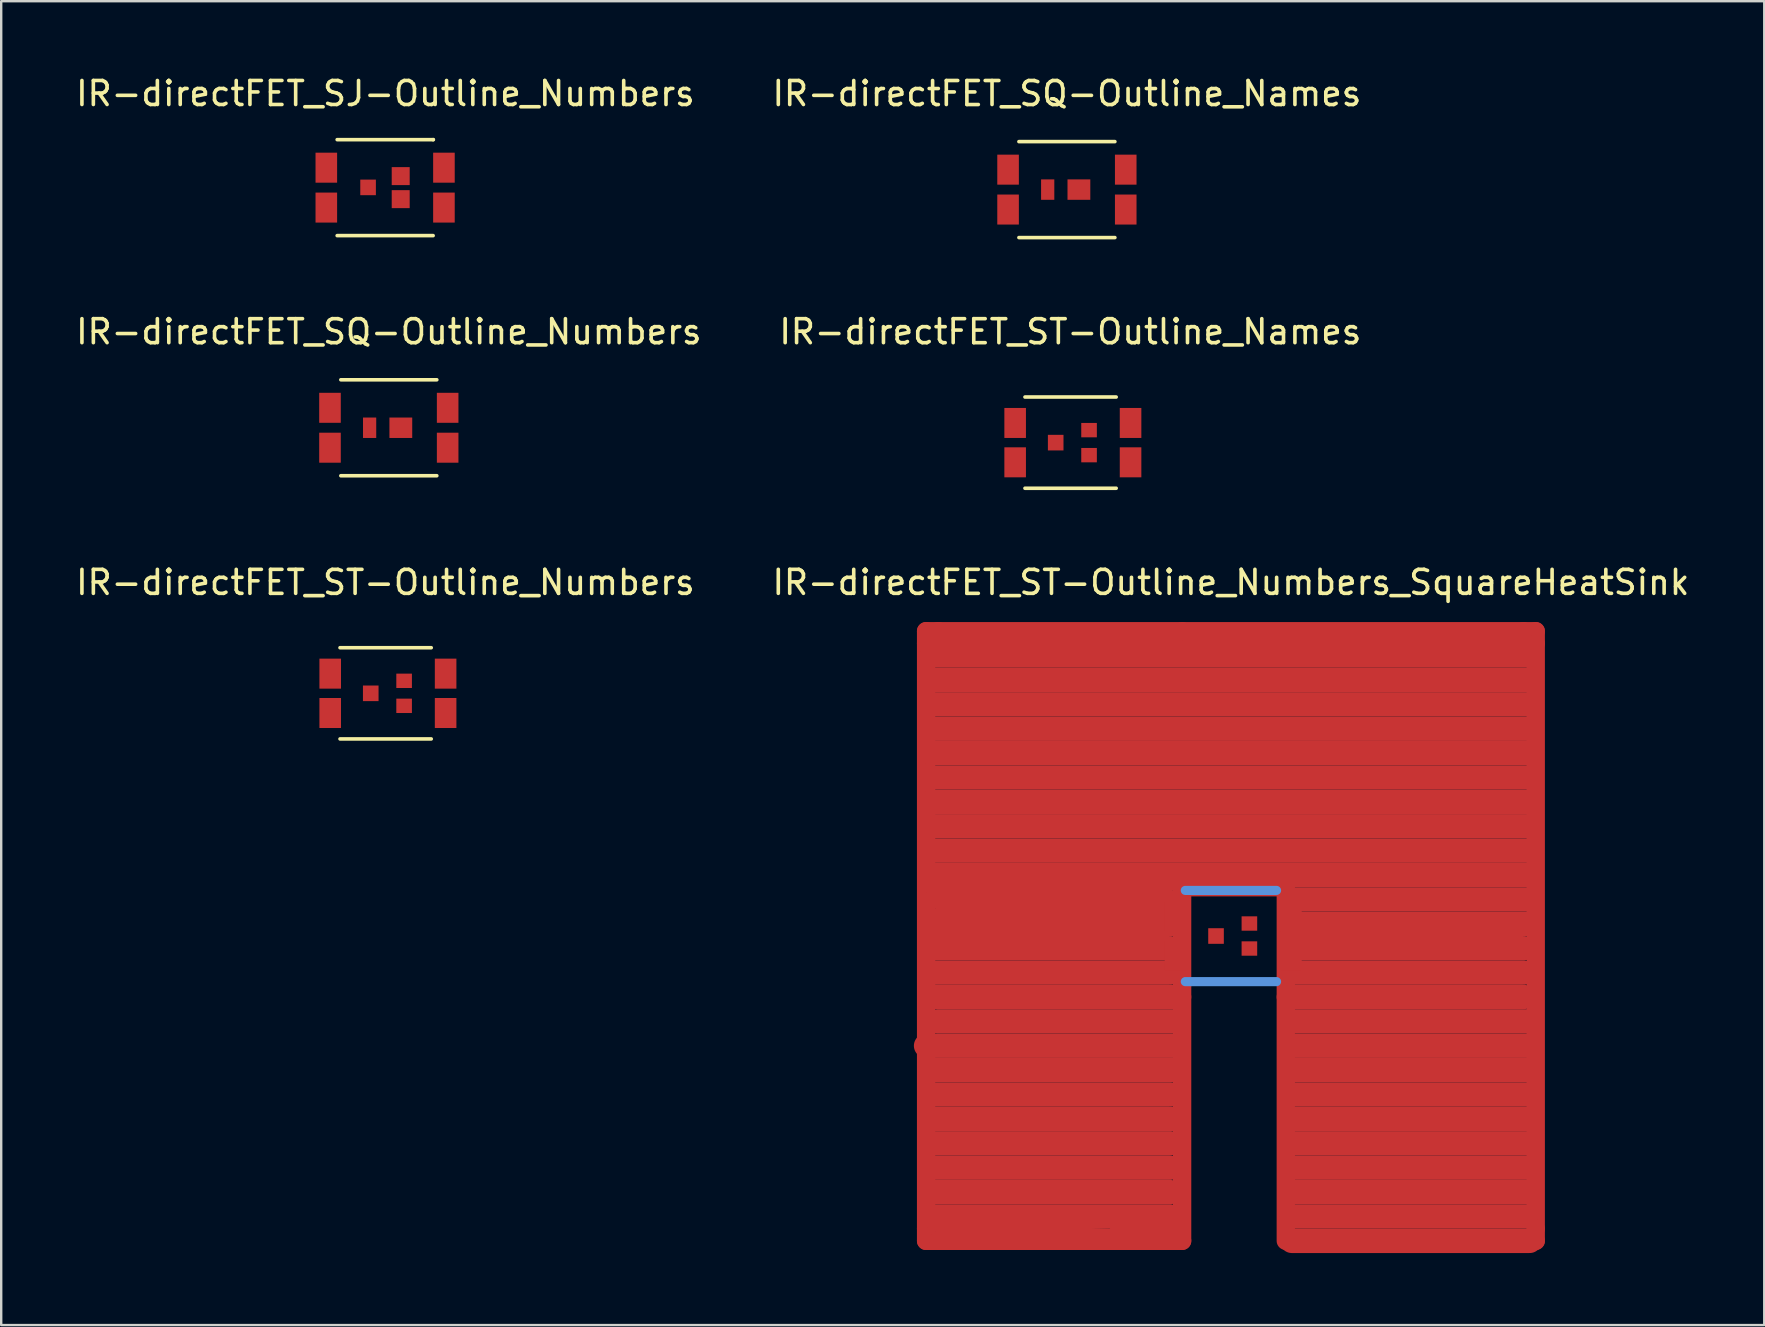
<source format=kicad_pcb>
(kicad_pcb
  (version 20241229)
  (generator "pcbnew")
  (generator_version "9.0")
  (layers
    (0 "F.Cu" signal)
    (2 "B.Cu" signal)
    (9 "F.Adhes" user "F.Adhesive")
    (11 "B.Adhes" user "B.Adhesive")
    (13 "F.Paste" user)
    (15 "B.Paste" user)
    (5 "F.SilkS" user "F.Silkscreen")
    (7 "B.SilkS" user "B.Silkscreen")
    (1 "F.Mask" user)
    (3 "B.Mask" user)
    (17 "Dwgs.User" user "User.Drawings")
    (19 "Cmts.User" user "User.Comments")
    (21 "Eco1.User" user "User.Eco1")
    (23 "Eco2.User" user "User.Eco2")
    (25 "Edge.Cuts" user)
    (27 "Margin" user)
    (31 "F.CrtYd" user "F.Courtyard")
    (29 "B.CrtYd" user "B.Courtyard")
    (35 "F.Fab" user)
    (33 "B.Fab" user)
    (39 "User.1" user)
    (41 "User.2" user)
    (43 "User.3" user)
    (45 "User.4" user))
  (footprint "IR-directFET_SJ-Outline_Numbers"
    (layer "F.Cu")
    (at 12.996 4.767)
    (property "Reference" "IR-directFET_SJ-Outline_Numbers" (at 0.01 -3.919 0) (layer "F.SilkS") (effects (font (size 1 1) (thickness 0.15))))
    (attr through_hole)
    (fp_line (start -1.999 -1.999) (end 1.999 -1.999) (stroke (width 0.15) (type solid)) (layer "F.SilkS"))
    (fp_line (start 1.999 -1.999) (end 2.009 -1.999) (stroke (width 0.15) (type solid)) (layer "F.SilkS"))
    (fp_line (start 1.999 1.999) (end -1.999 1.999) (stroke (width 0.15) (type solid)) (layer "F.SilkS"))
    (pad "1" smd rect (at 2.449 -0.831) (size 0.899 1.25) (layers "F.Cu" "F.Mask" "F.Paste"))
    (pad "2" smd rect (at 2.449 0.831) (size 0.899 1.25) (layers "F.Cu" "F.Mask" "F.Paste"))
    (pad "3" smd rect (at 0.648 -0.48) (size 0.749 0.749) (layers "F.Cu" "F.Mask" "F.Paste"))
    (pad "4" smd rect (at 0.648 0.48) (size 0.749 0.749) (layers "F.Cu" "F.Mask" "F.Paste"))
    (pad "5" smd rect (at -0.711 -0.01) (size 0.65 0.65) (layers "F.Cu" "F.Mask" "F.Paste"))
    (pad "6" smd rect (at -2.451 -0.831) (size 0.899 1.25) (layers "F.Cu" "F.Mask" "F.Paste"))
    (pad "7" smd rect (at -2.451 0.831) (size 0.899 1.25) (layers "F.Cu" "F.Mask" "F.Paste")))
  (footprint "IR-directFET_SQ-Outline_Names"
    (layer "F.Cu")
    (at 41.399 4.849)
    (property "Reference" "IR-directFET_SQ-Outline_Names" (at 0 -4 0) (layer "F.SilkS") (effects (font (size 1 1) (thickness 0.15))))
    (attr through_hole)
    (fp_line (start -1.999 -1.999) (end 1.999 -1.999) (stroke (width 0.15) (type solid)) (layer "F.SilkS"))
    (fp_line (start 1.999 1.999) (end -1.999 1.999) (stroke (width 0.15) (type solid)) (layer "F.SilkS"))
    (pad "D" smd rect (at -2.451 -0.831) (size 0.899 1.25) (layers "F.Cu" "F.Mask" "F.Paste"))
    (pad "D" smd rect (at -2.451 0.831) (size 0.899 1.25) (layers "F.Cu" "F.Mask" "F.Paste"))
    (pad "D" smd rect (at 2.451 -0.831) (size 0.899 1.25) (layers "F.Cu" "F.Mask" "F.Paste"))
    (pad "D" smd rect (at 2.451 0.831) (size 0.899 1.25) (layers "F.Cu" "F.Mask" "F.Paste"))
    (pad "G" smd rect (at -0.8 0) (size 0.551 0.851) (layers "F.Cu" "F.Mask" "F.Paste"))
    (pad "S" smd rect (at 0.5 0) (size 0.95 0.851) (layers "F.Cu" "F.Mask" "F.Paste")))
  (footprint "IR-directFET_ST-Outline_Numbers"
    (layer "F.Cu")
    (at 13.016 25.835)
    (property "Reference" "IR-directFET_ST-Outline_Numbers" (at -0.01 -4.62 0) (layer "F.SilkS") (effects (font (size 1 1) (thickness 0.15))))
    (attr through_hole)
    (fp_line (start -1.9 -1.9) (end 1.9 -1.9) (stroke (width 0.15) (type solid)) (layer "F.SilkS"))
    (fp_line (start -1.9 1.9) (end 1.9 1.9) (stroke (width 0.15) (type solid)) (layer "F.SilkS"))
    (pad "1" smd rect (at 2.499 -0.82) (size 0.899 1.25) (layers "F.Cu" "F.Mask" "F.Paste"))
    (pad "3" smd rect (at 2.499 0.82) (size 0.899 1.25) (layers "F.Cu" "F.Mask" "F.Paste"))
    (pad "4" smd rect (at 0.77 -0.521) (size 0.65 0.599) (layers "F.Cu" "F.Mask" "F.Paste"))
    (pad "4" smd rect (at 0.77 0.521) (size 0.65 0.599) (layers "F.Cu" "F.Mask" "F.Paste"))
    (pad "5" smd rect (at -0.62 0) (size 0.65 0.65) (layers "F.Cu" "F.Mask" "F.Paste"))
    (pad "6" smd rect (at -2.309 -0.82) (size 0.899 1.25) (layers "F.Cu" "F.Mask" "F.Paste"))
    (pad "7" smd rect (at -2.309 0.82) (size 0.899 1.25) (layers "F.Cu" "F.Mask" "F.Paste")))
  (footprint "IR-directFET_ST-Outline_Numbers_SquareHeatSink"
    (layer "F.Cu")
    (at 48.232 35.946)
    (property "Reference" "IR-directFET_ST-Outline_Numbers_SquareHeatSink" (at 0 -14.732 0) (layer "F.SilkS") (effects (font (size 1 1) (thickness 0.15))))
    (attr through_hole)
    (fp_line (start -12.7 -12.7) (end -12.7 -12.192) (stroke (width 0.762) (type solid)) (layer "F.Cu"))
    (fp_line (start -12.7 -12.192) (end -12.7 12.192) (stroke (width 0.762) (type solid)) (layer "F.Cu"))
    (fp_line (start -12.7 4.572) (end -2.286 4.572) (stroke (width 1.016) (type solid)) (layer "F.Cu"))
    (fp_line (start -12.7 12.192) (end -12.7 12.7) (stroke (width 0.762) (type solid)) (layer "F.Cu"))
    (fp_line (start -12.7 12.7) (end -12.192 12.7) (stroke (width 0.762) (type solid)) (layer "F.Cu"))
    (fp_line (start -12.446 -12.192) (end 12.446 -12.192) (stroke (width 0.381) (type solid)) (layer "F.Cu"))
    (fp_line (start -12.446 -11.684) (end 12.446 -11.684) (stroke (width 1.016) (type solid)) (layer "F.Cu"))
    (fp_line (start -12.446 -10.668) (end 12.446 -10.668) (stroke (width 1.016) (type solid)) (layer "F.Cu"))
    (fp_line (start -12.446 -9.652) (end 12.446 -9.652) (stroke (width 1.016) (type solid)) (layer "F.Cu"))
    (fp_line (start -12.446 -8.636) (end 12.446 -8.636) (stroke (width 1.016) (type solid)) (layer "F.Cu"))
    (fp_line (start -12.446 -7.62) (end 12.446 -7.62) (stroke (width 1.016) (type solid)) (layer "F.Cu"))
    (fp_line (start -12.446 -6.604) (end 12.446 -6.604) (stroke (width 1.016) (type solid)) (layer "F.Cu"))
    (fp_line (start -12.446 -5.588) (end 12.446 -5.588) (stroke (width 1.016) (type solid)) (layer "F.Cu"))
    (fp_line (start -12.446 -4.572) (end 12.446 -4.572) (stroke (width 1.016) (type solid)) (layer "F.Cu"))
    (fp_line (start -12.446 -3.556) (end 12.446 -3.556) (stroke (width 1.016) (type solid)) (layer "F.Cu"))
    (fp_line (start -12.446 -2.54) (end 12.446 -2.54) (stroke (width 1.016) (type solid)) (layer "F.Cu"))
    (fp_line (start -12.446 -2.032) (end -2.54 -2.032) (stroke (width 0.381) (type solid)) (layer "F.Cu"))
    (fp_line (start -12.446 -1.524) (end -2.54 -1.524) (stroke (width 0.762) (type solid)) (layer "F.Cu"))
    (fp_line (start -12.446 -0.508) (end -2.286 -0.508) (stroke (width 1.016) (type solid)) (layer "F.Cu"))
    (fp_line (start -12.446 0.508) (end -2.54 0.508) (stroke (width 1.016) (type solid)) (layer "F.Cu"))
    (fp_line (start -12.446 1.524) (end -2.54 1.524) (stroke (width 1.016) (type solid)) (layer "F.Cu"))
    (fp_line (start -12.446 2.54) (end -2.286 2.54) (stroke (width 1.016) (type solid)) (layer "F.Cu"))
    (fp_line (start -12.446 5.588) (end -2.286 5.588) (stroke (width 1.016) (type solid)) (layer "F.Cu"))
    (fp_line (start -12.446 6.604) (end -2.54 6.604) (stroke (width 1.016) (type solid)) (layer "F.Cu"))
    (fp_line (start -12.446 7.62) (end -2.286 7.62) (stroke (width 1.016) (type solid)) (layer "F.Cu"))
    (fp_line (start -12.446 8.636) (end -2.54 8.636) (stroke (width 1.016) (type solid)) (layer "F.Cu"))
    (fp_line (start -12.446 9.652) (end -2.54 9.652) (stroke (width 1.016) (type solid)) (layer "F.Cu"))
    (fp_line (start -12.446 10.668) (end -2.54 10.668) (stroke (width 1.016) (type solid)) (layer "F.Cu"))
    (fp_line (start -12.446 11.684) (end -2.54 11.684) (stroke (width 1.016) (type solid)) (layer "F.Cu"))
    (fp_line (start -12.192 -12.7) (end -12.7 -12.7) (stroke (width 0.762) (type solid)) (layer "F.Cu"))
    (fp_line (start -12.192 -1.016) (end -2.286 -1.016) (stroke (width 0.381) (type solid)) (layer "F.Cu"))
    (fp_line (start -12.192 3.556) (end -2.286 3.556) (stroke (width 1.016) (type solid)) (layer "F.Cu"))
    (fp_line (start -12.192 12.192) (end -2.286 12.446) (stroke (width 0.381) (type solid)) (layer "F.Cu"))
    (fp_line (start -12.192 12.7) (end -2.032 12.7) (stroke (width 0.762) (type solid)) (layer "F.Cu"))
    (fp_line (start -4.826 12.192) (end -5.08 12.7) (stroke (width 0.381) (type solid)) (layer "F.Cu"))
    (fp_line (start -2.286 12.192) (end -4.826 12.192) (stroke (width 0.381) (type solid)) (layer "F.Cu"))
    (fp_line (start -2.032 -12.7) (end -12.192 -12.7) (stroke (width 0.762) (type solid)) (layer "F.Cu"))
    (fp_line (start -2.032 -2.032) (end 2.032 -2.032) (stroke (width 0.762) (type solid)) (layer "F.Cu"))
    (fp_line (start -2.032 2.032) (end -2.032 -2.032) (stroke (width 0.762) (type solid)) (layer "F.Cu"))
    (fp_line (start -2.032 2.54) (end -2.032 2.032) (stroke (width 0.762) (type solid)) (layer "F.Cu"))
    (fp_line (start -2.032 2.54) (end -2.032 12.7) (stroke (width 0.762) (type solid)) (layer "F.Cu"))
    (fp_line (start 2.286 -2.032) (end 2.286 2.54) (stroke (width 0.762) (type solid)) (layer "F.Cu"))
    (fp_line (start 2.286 2.54) (end 2.286 12.7) (stroke (width 0.762) (type solid)) (layer "F.Cu"))
    (fp_line (start 2.54 -1.524) (end 12.446 -1.524) (stroke (width 1.016) (type solid)) (layer "F.Cu"))
    (fp_line (start 2.54 -0.508) (end 12.446 -0.508) (stroke (width 1.016) (type solid)) (layer "F.Cu"))
    (fp_line (start 2.54 0.508) (end 12.192 0.508) (stroke (width 1.016) (type solid)) (layer "F.Cu"))
    (fp_line (start 2.54 1.524) (end 12.192 1.524) (stroke (width 1.016) (type solid)) (layer "F.Cu"))
    (fp_line (start 2.54 2.54) (end 12.192 2.54) (stroke (width 1.016) (type solid)) (layer "F.Cu"))
    (fp_line (start 2.54 3.556) (end 12.446 3.556) (stroke (width 1.016) (type solid)) (layer "F.Cu"))
    (fp_line (start 2.54 4.572) (end 12.446 4.572) (stroke (width 1.016) (type solid)) (layer "F.Cu"))
    (fp_line (start 2.54 5.588) (end 12.446 5.588) (stroke (width 1.016) (type solid)) (layer "F.Cu"))
    (fp_line (start 2.54 6.604) (end 12.446 6.604) (stroke (width 1.016) (type solid)) (layer "F.Cu"))
    (fp_line (start 2.54 7.62) (end 12.446 7.62) (stroke (width 1.016) (type solid)) (layer "F.Cu"))
    (fp_line (start 2.54 8.636) (end 12.446 8.636) (stroke (width 1.016) (type solid)) (layer "F.Cu"))
    (fp_line (start 2.54 9.652) (end 12.446 9.652) (stroke (width 1.016) (type solid)) (layer "F.Cu"))
    (fp_line (start 2.54 10.668) (end 12.446 10.668) (stroke (width 1.016) (type solid)) (layer "F.Cu"))
    (fp_line (start 2.54 11.684) (end 12.446 11.684) (stroke (width 1.016) (type solid)) (layer "F.Cu"))
    (fp_line (start 12.192 -12.7) (end -2.032 -12.7) (stroke (width 0.762) (type solid)) (layer "F.Cu"))
    (fp_line (start 12.192 -12.7) (end 12.7 -12.7) (stroke (width 0.762) (type solid)) (layer "F.Cu"))
    (fp_line (start 12.192 12.7) (end 12.7 12.7) (stroke (width 0.762) (type solid)) (layer "F.Cu"))
    (fp_line (start 12.446 12.7) (end 2.54 12.7) (stroke (width 1.016) (type solid)) (layer "F.Cu"))
    (fp_line (start 12.7 -12.7) (end 12.7 -12.192) (stroke (width 0.762) (type solid)) (layer "F.Cu"))
    (fp_line (start 12.7 12.192) (end 12.7 -12.192) (stroke (width 0.762) (type solid)) (layer "F.Cu"))
    (fp_line (start 12.7 12.7) (end 12.7 12.192) (stroke (width 0.762) (type solid)) (layer "F.Cu"))
    (fp_line (start -1.9 -1.9) (end 1.9 -1.9) (stroke (width 0.381) (type solid)) (layer "Cmts.User"))
    (fp_line (start -1.9 1.9) (end 1.9 1.9) (stroke (width 0.381) (type solid)) (layer "Cmts.User"))
    (pad "1" smd rect (at 2.499 -0.82) (size 0.899 1.25) (layers "F.Cu" "F.Mask" "F.Paste"))
    (pad "3" smd rect (at 2.499 0.82) (size 0.899 1.25) (layers "F.Cu" "F.Mask" "F.Paste"))
    (pad "4" smd rect (at 0.77 -0.521) (size 0.65 0.599) (layers "F.Cu" "F.Mask" "F.Paste"))
    (pad "4" smd rect (at 0.77 0.521) (size 0.65 0.599) (layers "F.Cu" "F.Mask" "F.Paste"))
    (pad "5" smd rect (at -0.62 0) (size 0.65 0.65) (layers "F.Cu" "F.Mask" "F.Paste"))
    (pad "6" smd rect (at -2.309 -0.82) (size 0.899 1.25) (layers "F.Cu" "F.Mask" "F.Paste"))
    (pad "7" smd rect (at -2.309 0.82) (size 0.899 1.25) (layers "F.Cu" "F.Mask" "F.Paste")))
  (footprint "IR-directFET_ST-Outline_Names"
    (layer "F.Cu")
    (at 41.552 15.391)
    (property "Reference" "IR-directFET_ST-Outline_Names" (at -0.01 -4.62 0) (layer "F.SilkS") (effects (font (size 1 1) (thickness 0.15))))
    (attr through_hole)
    (fp_line (start -1.9 -1.9) (end 1.9 -1.9) (stroke (width 0.15) (type solid)) (layer "F.SilkS"))
    (fp_line (start -1.9 1.9) (end 1.9 1.9) (stroke (width 0.15) (type solid)) (layer "F.SilkS"))
    (pad "D" smd rect (at -2.309 -0.82) (size 0.899 1.25) (layers "F.Cu" "F.Mask" "F.Paste"))
    (pad "D" smd rect (at -2.309 0.82) (size 0.899 1.25) (layers "F.Cu" "F.Mask" "F.Paste"))
    (pad "D" smd rect (at 2.499 -0.82) (size 0.899 1.25) (layers "F.Cu" "F.Mask" "F.Paste"))
    (pad "D" smd rect (at 2.499 0.82) (size 0.899 1.25) (layers "F.Cu" "F.Mask" "F.Paste"))
    (pad "G" smd rect (at -0.62 0) (size 0.65 0.65) (layers "F.Cu" "F.Mask" "F.Paste"))
    (pad "S" smd rect (at 0.77 -0.521) (size 0.65 0.599) (layers "F.Cu" "F.Mask" "F.Paste"))
    (pad "S" smd rect (at 0.77 0.521) (size 0.65 0.599) (layers "F.Cu" "F.Mask" "F.Paste")))
  (footprint "IR-directFET_SQ-Outline_Numbers"
    (layer "F.Cu")
    (at 13.149 14.771)
    (property "Reference" "IR-directFET_SQ-Outline_Numbers" (at 0 -4 0) (layer "F.SilkS") (effects (font (size 1 1) (thickness 0.15))))
    (attr through_hole)
    (fp_line (start -1.999 -1.999) (end 1.999 -1.999) (stroke (width 0.15) (type solid)) (layer "F.SilkS"))
    (fp_line (start 1.999 1.999) (end -1.999 1.999) (stroke (width 0.15) (type solid)) (layer "F.SilkS"))
    (pad "1" smd rect (at 2.451 -0.831) (size 0.899 1.25) (layers "F.Cu" "F.Mask" "F.Paste"))
    (pad "2" smd rect (at 2.451 0.831) (size 0.899 1.25) (layers "F.Cu" "F.Mask" "F.Paste"))
    (pad "3" smd rect (at 0.5 0) (size 0.95 0.851) (layers "F.Cu" "F.Mask" "F.Paste"))
    (pad "4" smd rect (at -0.8 0) (size 0.551 0.851) (layers "F.Cu" "F.Mask" "F.Paste"))
    (pad "5" smd rect (at -2.451 -0.831) (size 0.899 1.25) (layers "F.Cu" "F.Mask" "F.Paste"))
    (pad "6" smd rect (at -2.451 0.831) (size 0.899 1.25) (layers "F.Cu" "F.Mask" "F.Paste")))
  (gr_rect
    (start -3 -3)
    (end 70.452 52.154)
    (stroke (width 0.1) (type default))
    (fill no)
    (layer "Edge.Cuts")))
</source>
